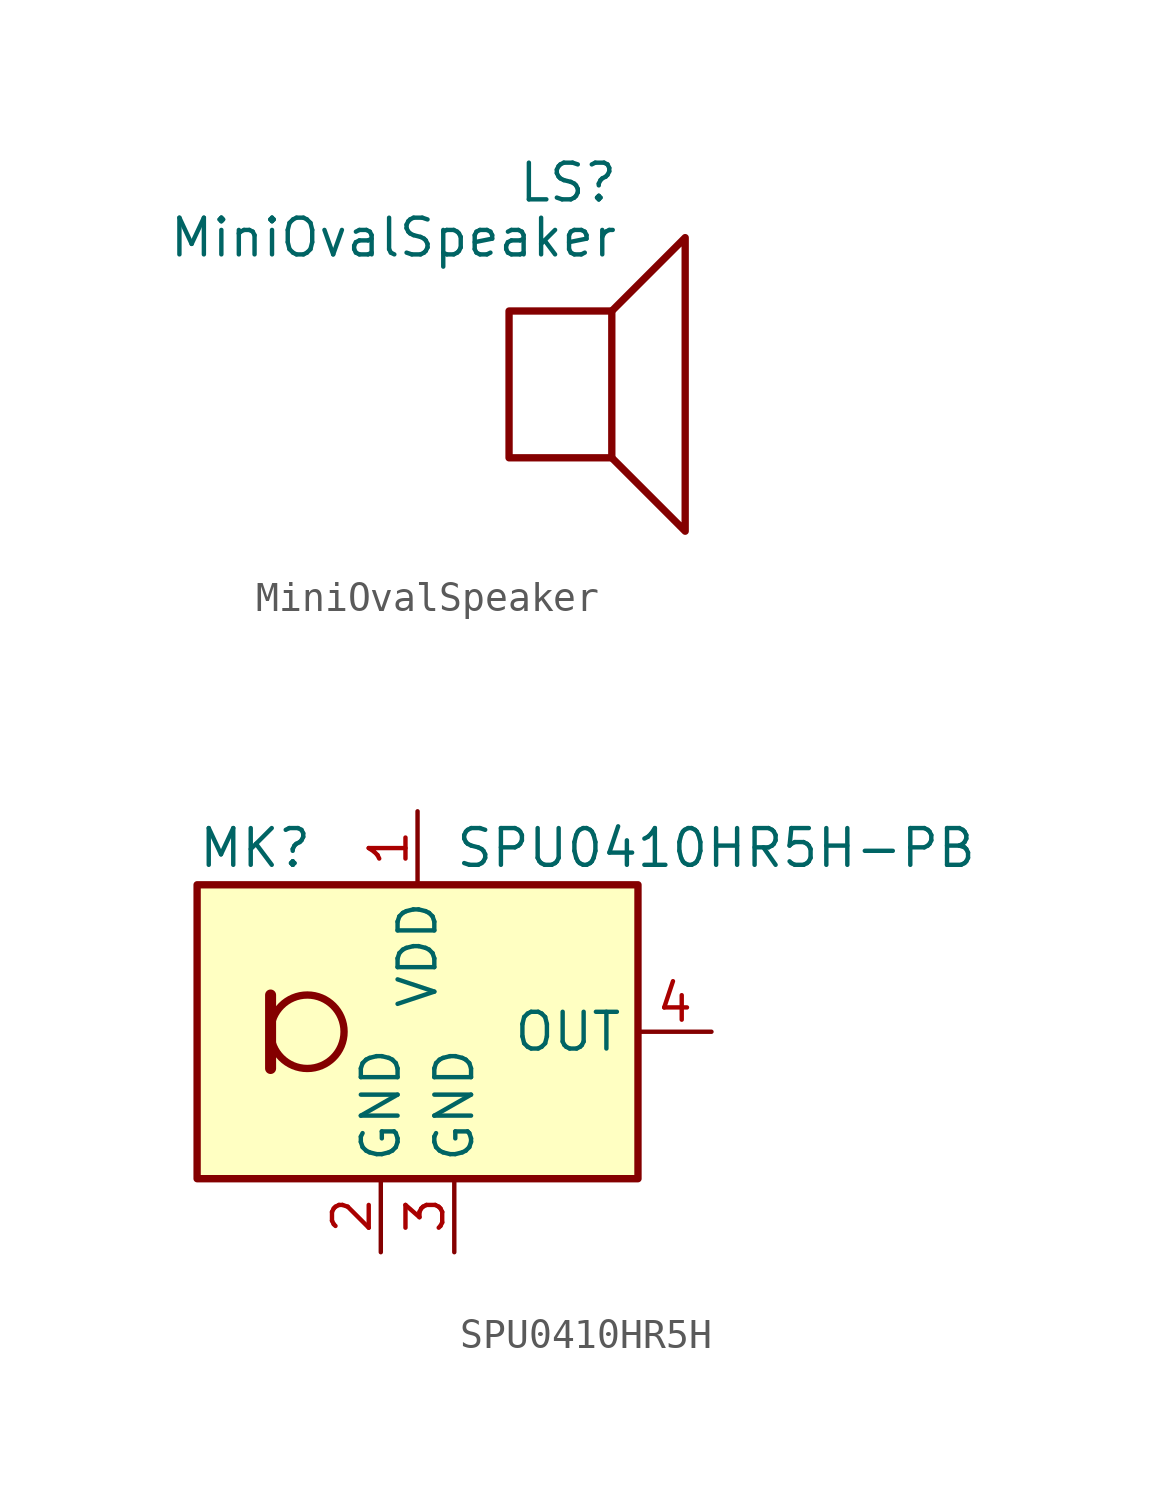
<source format=kicad_sym>
(kicad_symbol_lib
  (version 20231120)
  (generator "kicad_symbol_editor")
  (generator_version "8.0")
  (symbol "MiniOvalSpeaker"
    (pin_names
      (offset 0) hide)
    (property "Reference" "LS"
      (at 1.27 5.715 0)
      (effects (font (size 1.27 1.27)) (justify right)))
    (property "Value" "MiniOvalSpeaker"
      (at 1.27 3.81 0)
      (effects (font (size 1.27 1.27)) (justify right)))
    (symbol "MiniOvalSpeaker_0_0"
      (rectangle (start -2.54 1.27) (end 1.016 -3.81) (stroke (width 0.254) (type default)) (fill (type none)))
      (polyline (pts (xy 1.016 1.27) (xy 3.556 3.81) (xy 3.556 -6.35) (xy 1.016 -3.81)) (stroke (width 0.254) (type default)) (fill (type none)))))
  (symbol "SPU0410HR5H"
    (property "Reference" "MK"
      (at -7.62 6.35 0)
      (effects (font (size 1.27 1.27)) (justify left)))
    (property "Value" "SPU0410HR5H-PB"
      (at 1.27 6.35 0)
      (effects (font (size 1.27 1.27)) (justify left)))
    (symbol "SPU0410HR5H_1_1"
      (rectangle (start -7.62 5.08) (end 7.62 -5.08) (stroke (width 0.254) (type default)) (fill (type background)))
      (circle (center -3.81 0) (radius 1.27) (stroke (width 0.254) (type default)) (fill (type none)))
      (polyline (pts (xy -5.08 1.27) (xy -5.08 -1.27)) (stroke (width 0.381) (type default)) (fill (type none)))
      (pin power_in line (at 0 7.62 270) (length 2.54) (name "VDD" (effects (font (size 1.27 1.27)))) (number "1" (effects (font (size 1.27 1.27)))))
      (pin power_in line (at -1.27 -7.62 90) (length 2.54) (name "GND" (effects (font (size 1.27 1.27)))) (number "2" (effects (font (size 1.27 1.27)))))
      (pin power_in line (at 1.27 -7.62 90) (length 2.54) (name "GND" (effects (font (size 1.27 1.27)))) (number "3" (effects (font (size 1.27 1.27)))))
      (pin output line (at 10.16 0 180) (length 2.54) (name "OUT" (effects (font (size 1.27 1.27)))) (number "4" (effects (font (size 1.27 1.27))))))))
</source>
